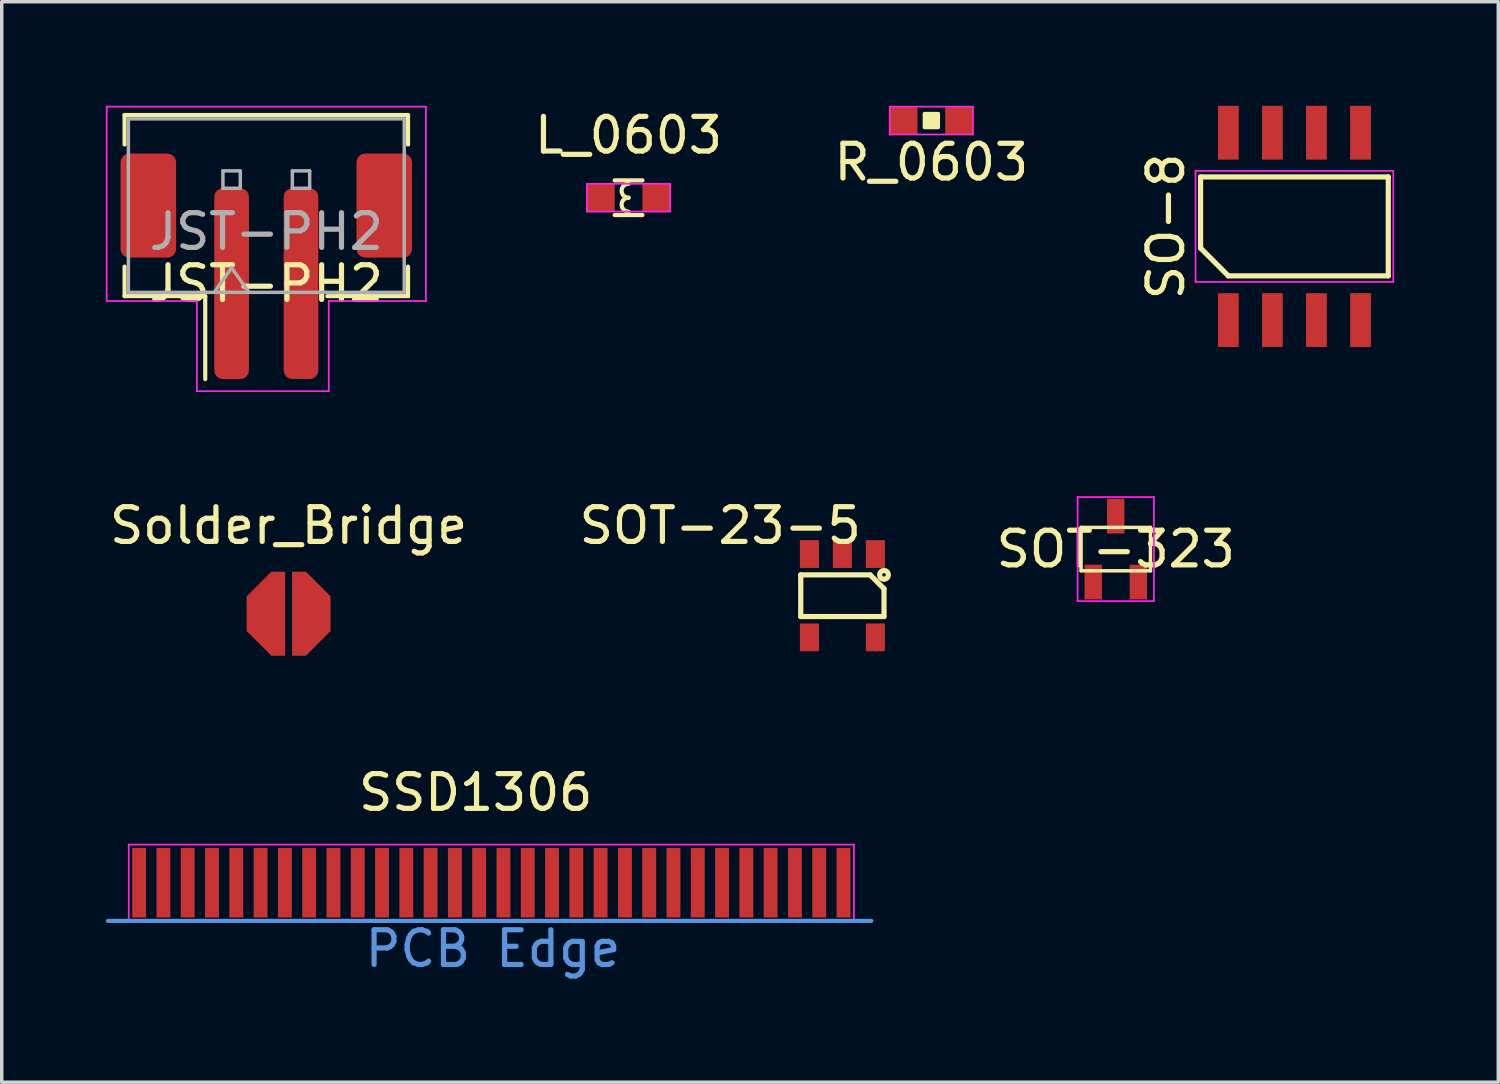
<source format=kicad_pcb>
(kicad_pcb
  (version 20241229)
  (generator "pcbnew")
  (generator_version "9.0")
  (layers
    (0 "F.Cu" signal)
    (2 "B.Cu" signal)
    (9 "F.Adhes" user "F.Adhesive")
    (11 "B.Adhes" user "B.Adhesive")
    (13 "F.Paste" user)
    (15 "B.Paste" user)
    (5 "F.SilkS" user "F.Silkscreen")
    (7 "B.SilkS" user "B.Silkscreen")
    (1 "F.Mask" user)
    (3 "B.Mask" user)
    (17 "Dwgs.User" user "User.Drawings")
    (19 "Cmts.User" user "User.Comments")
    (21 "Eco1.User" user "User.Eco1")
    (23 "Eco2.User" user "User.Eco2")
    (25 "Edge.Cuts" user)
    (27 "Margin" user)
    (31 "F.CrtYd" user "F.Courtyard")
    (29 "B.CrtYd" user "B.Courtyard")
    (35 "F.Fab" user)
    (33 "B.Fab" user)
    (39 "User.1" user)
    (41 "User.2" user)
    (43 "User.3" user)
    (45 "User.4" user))
  (footprint "Solder_Bridge"
    (layer "F.Cu")
    (at 5.268 14.638)
    (property "Reference" "Solder_Bridge" (at 0 -2.54 0) (layer "F.SilkS") (effects (font (size 1 1) (thickness 0.15))))
    (attr through_hole)
    (fp_line (start -0.051 -1.23) (end 0.051 -1.23) (stroke (width 0.15) (type solid)) (layer "F.Mask"))
    (fp_line (start -0.051 1.23) (end 0.051 1.23) (stroke (width 0.15) (type solid)) (layer "F.Mask"))
    (pad "1" smd custom (at -0.5 0) (size 0.1 0.1) (layers "F.Cu" "F.Mask" "F.Paste") (options (anchor rect)) (primitives (gr_poly (pts (xy 0.4 -1.21) (xy 0 -1.21) (xy -0.71 -0.5) (xy -0.71 0.5) (xy 0 1.21) (xy 0.4 1.21)) (width 0) (fill yes))))
    (pad "2" smd custom (at 0.5 0 180) (size 0.1 0.1) (layers "F.Cu" "F.Mask" "F.Paste") (options (anchor rect)) (primitives (gr_poly (pts (xy 0.4 -1.21) (xy 0 -1.21) (xy -0.71 -0.5) (xy -0.71 0.5) (xy 0 1.21) (xy 0.4 1.21)) (width 0) (fill yes)))))
  (footprint "SSD1306"
    (layer "F.Cu")
    (at 11.16 22.291)
    (property "Reference" "SSD1306" (at -0.5 -2.5 0) (layer "F.SilkS") (effects (font (size 1 1) (thickness 0.15))))
    (attr through_hole)
    (fp_line (start 10.9 1.2) (end -11.1 1.2) (stroke (width 0.12) (type solid)) (layer "Cmts.User"))
    (fp_line (start -10.5 -1) (end -10.5 1.2) (stroke (width 0.05) (type solid)) (layer "F.CrtYd"))
    (fp_line (start -10.5 1.2) (end 10.4 1.2) (stroke (width 0.05) (type solid)) (layer "F.CrtYd"))
    (fp_line (start 10.4 -1) (end -10.5 -1) (stroke (width 0.05) (type solid)) (layer "F.CrtYd"))
    (fp_line (start 10.4 1.2) (end 10.4 -1) (stroke (width 0.05) (type solid)) (layer "F.CrtYd"))
    (fp_text user "PCB Edge" (at 0 2 0) (layer "Cmts.User") (effects (font (size 1 1) (thickness 0.15))))
    (pad "1" smd rect (at -10.2 0.1) (size 0.4 2) (layers "F.Cu" "F.Mask" "F.Paste"))
    (pad "2" smd rect (at -9.5 0.1) (size 0.4 2) (layers "F.Cu" "F.Mask" "F.Paste"))
    (pad "3" smd rect (at -8.8 0.1) (size 0.4 2) (layers "F.Cu" "F.Mask" "F.Paste"))
    (pad "4" smd rect (at -8.1 0.1) (size 0.4 2) (layers "F.Cu" "F.Mask" "F.Paste"))
    (pad "5" smd rect (at -7.4 0.1) (size 0.4 2) (layers "F.Cu" "F.Mask" "F.Paste"))
    (pad "6" smd rect (at -6.7 0.1) (size 0.4 2) (layers "F.Cu" "F.Mask" "F.Paste"))
    (pad "7" smd rect (at -6 0.1) (size 0.4 2) (layers "F.Cu" "F.Mask" "F.Paste"))
    (pad "8" smd rect (at -5.3 0.1) (size 0.4 2) (layers "F.Cu" "F.Mask" "F.Paste"))
    (pad "9" smd rect (at -4.6 0.1) (size 0.4 2) (layers "F.Cu" "F.Mask" "F.Paste"))
    (pad "10" smd rect (at -3.9 0.1) (size 0.4 2) (layers "F.Cu" "F.Mask" "F.Paste"))
    (pad "11" smd rect (at -3.2 0.1) (size 0.4 2) (layers "F.Cu" "F.Mask" "F.Paste"))
    (pad "12" smd rect (at -2.5 0.1) (size 0.4 2) (layers "F.Cu" "F.Mask" "F.Paste"))
    (pad "13" smd rect (at -1.8 0.1) (size 0.4 2) (layers "F.Cu" "F.Mask" "F.Paste"))
    (pad "14" smd rect (at -1.1 0.1) (size 0.4 2) (layers "F.Cu" "F.Mask" "F.Paste"))
    (pad "15" smd rect (at -0.4 0.1) (size 0.4 2) (layers "F.Cu" "F.Mask" "F.Paste"))
    (pad "16" smd rect (at 0.3 0.1) (size 0.4 2) (layers "F.Cu" "F.Mask" "F.Paste"))
    (pad "17" smd rect (at 1 0.1) (size 0.4 2) (layers "F.Cu" "F.Mask" "F.Paste"))
    (pad "18" smd rect (at 1.7 0.1) (size 0.4 2) (layers "F.Cu" "F.Mask" "F.Paste"))
    (pad "19" smd rect (at 2.4 0.1) (size 0.4 2) (layers "F.Cu" "F.Mask" "F.Paste"))
    (pad "20" smd rect (at 3.1 0.1) (size 0.4 2) (layers "F.Cu" "F.Mask" "F.Paste"))
    (pad "21" smd rect (at 3.8 0.1) (size 0.4 2) (layers "F.Cu" "F.Mask" "F.Paste"))
    (pad "22" smd rect (at 4.5 0.1) (size 0.4 2) (layers "F.Cu" "F.Mask" "F.Paste"))
    (pad "23" smd rect (at 5.2 0.1) (size 0.4 2) (layers "F.Cu" "F.Mask" "F.Paste"))
    (pad "24" smd rect (at 5.9 0.1) (size 0.4 2) (layers "F.Cu" "F.Mask" "F.Paste"))
    (pad "25" smd rect (at 6.6 0.1) (size 0.4 2) (layers "F.Cu" "F.Mask" "F.Paste"))
    (pad "26" smd rect (at 7.3 0.1) (size 0.4 2) (layers "F.Cu" "F.Mask" "F.Paste"))
    (pad "27" smd rect (at 8 0.1) (size 0.4 2) (layers "F.Cu" "F.Mask" "F.Paste"))
    (pad "28" smd rect (at 8.7 0.1) (size 0.4 2) (layers "F.Cu" "F.Mask" "F.Paste"))
    (pad "29" smd rect (at 9.4 0.1) (size 0.4 2) (layers "F.Cu" "F.Mask" "F.Paste"))
    (pad "30" smd rect (at 10.1 0.1) (size 0.4 2) (layers "F.Cu" "F.Mask" "F.Paste")))
  (footprint "SOT-323"
    (layer "F.Cu")
    (at 29.107 12.775)
    (property "Reference" "SOT-323" (at 0 0 0) (layer "F.SilkS") (effects (font (size 1 1) (thickness 0.15))))
    (attr through_hole)
    (fp_line (start -1 -0.625) (end 1 -0.625) (stroke (width 0.1) (type solid)) (layer "F.SilkS"))
    (fp_line (start -1 0.625) (end -1 -0.625) (stroke (width 0.1) (type solid)) (layer "F.SilkS"))
    (fp_line (start 1 -0.625) (end 1 0.625) (stroke (width 0.1) (type solid)) (layer "F.SilkS"))
    (fp_line (start 1 0.625) (end -1 0.625) (stroke (width 0.1) (type solid)) (layer "F.SilkS"))
    (fp_line (start -1.1 1.5) (end -1.1 -1.5) (stroke (width 0.05) (type solid)) (layer "F.CrtYd"))
    (fp_line (start -1.1 1.5) (end 1.1 1.5) (stroke (width 0.05) (type solid)) (layer "F.CrtYd"))
    (fp_line (start 1.1 -1.5) (end -1.1 -1.5) (stroke (width 0.05) (type solid)) (layer "F.CrtYd"))
    (fp_line (start 1.1 1.5) (end 1.1 -1.5) (stroke (width 0.05) (type solid)) (layer "F.CrtYd"))
    (pad "1" smd rect (at -0.65 0.95) (size 0.5 1) (layers "F.Cu" "F.Mask" "F.Paste"))
    (pad "2" smd rect (at 0.65 0.95) (size 0.5 1) (layers "F.Cu" "F.Mask" "F.Paste"))
    (pad "3" smd rect (at 0 -0.95) (size 0.5 1) (layers "F.Cu" "F.Mask" "F.Paste")))
  (footprint "SOT-23-5"
    (layer "F.Cu")
    (at 21.228 14.118)
    (property "Reference" "SOT-23-5" (at -3.52 -2.02 0) (layer "F.SilkS") (effects (font (size 1 1) (thickness 0.15))))
    (attr through_hole)
    (fp_line (start -1.2 -0.6) (end 0.8 -0.6) (stroke (width 0.15) (type solid)) (layer "F.SilkS"))
    (fp_line (start -1.2 0.6) (end -1.2 -0.6) (stroke (width 0.15) (type solid)) (layer "F.SilkS"))
    (fp_line (start 0.8 -0.6) (end 1.2 -0.2) (stroke (width 0.15) (type solid)) (layer "F.SilkS"))
    (fp_line (start 1.2 -0.2) (end 1.2 0.6) (stroke (width 0.15) (type solid)) (layer "F.SilkS"))
    (fp_line (start 1.2 0.6) (end -1.2 0.6) (stroke (width 0.15) (type solid)) (layer "F.SilkS"))
    (fp_circle (center 1.2 -0.6) (end 1.25 -0.6) (stroke (width 0.15) (type solid)) (fill no) (layer "F.SilkS"))
    (pad "1" smd rect (at 0.95 -1.2 180) (size 0.55 0.8) (layers "F.Cu" "F.Mask" "F.Paste"))
    (pad "2" smd rect (at 0 -1.2 180) (size 0.55 0.8) (layers "F.Cu" "F.Mask" "F.Paste"))
    (pad "3" smd rect (at -0.95 -1.2) (size 0.55 0.8) (layers "F.Cu" "F.Mask" "F.Paste"))
    (pad "4" smd rect (at -0.95 1.2) (size 0.55 0.8) (layers "F.Cu" "F.Mask" "F.Paste"))
    (pad "5" smd rect (at 0.95 1.2) (size 0.55 0.8) (layers "F.Cu" "F.Mask" "F.Paste")))
  (footprint "R_0603"
    (layer "F.Cu")
    (at 23.792 0.425)
    (property "Reference" "R_0603" (at 0 1.2 0) (layer "F.SilkS") (effects (font (size 1 1) (thickness 0.15))))
    (attr through_hole)
    (fp_poly (pts (xy -0.2 -0.2) (xy 0.2 -0.2) (xy 0.2 0.2) (xy -0.2 0.2)) (stroke (width 0.1) (type solid)) (fill yes) (layer "F.SilkS"))
    (fp_line (start -1.2 -0.4) (end 1.2 -0.4) (stroke (width 0.05) (type solid)) (layer "F.CrtYd"))
    (fp_line (start -1.2 0.4) (end -1.2 -0.4) (stroke (width 0.05) (type solid)) (layer "F.CrtYd"))
    (fp_line (start 1.2 -0.4) (end 1.2 0.4) (stroke (width 0.05) (type solid)) (layer "F.CrtYd"))
    (fp_line (start 1.2 0.4) (end -1.2 0.4) (stroke (width 0.05) (type solid)) (layer "F.CrtYd"))
    (pad "1" smd rect (at -0.8 0) (size 0.8 0.8) (layers "F.Cu" "F.Mask" "F.Paste"))
    (pad "2" smd rect (at 0.8 0) (size 0.8 0.8) (layers "F.Cu" "F.Mask" "F.Paste")))
  (footprint "JST-PH2"
    (layer "F.Cu")
    (at 4.625 4.625)
    (property "Reference" "JST-PH2" (at 0 0.5 0) (layer "F.SilkS") (effects (font (size 1 1) (thickness 0.15))))
    (attr through_hole)
    (fp_line (start -4.085 -4.36) (end 4.085 -4.36) (stroke (width 0.12) (type solid)) (layer "F.SilkS"))
    (fp_line (start -4.085 -3.51) (end -4.085 -4.36) (stroke (width 0.12) (type solid)) (layer "F.SilkS"))
    (fp_line (start -4.085 0.01) (end -4.085 0.86) (stroke (width 0.12) (type solid)) (layer "F.SilkS"))
    (fp_line (start -4.085 0.86) (end -1.76 0.86) (stroke (width 0.12) (type solid)) (layer "F.SilkS"))
    (fp_line (start -1.76 0.86) (end -1.76 3.25) (stroke (width 0.12) (type solid)) (layer "F.SilkS"))
    (fp_line (start 4.085 -4.36) (end 4.085 -3.51) (stroke (width 0.12) (type solid)) (layer "F.SilkS"))
    (fp_line (start 4.085 0.01) (end 4.085 0.86) (stroke (width 0.12) (type solid)) (layer "F.SilkS"))
    (fp_line (start 4.085 0.86) (end 1.76 0.86) (stroke (width 0.12) (type solid)) (layer "F.SilkS"))
    (fp_line (start -4.6 -4.6) (end 4.6 -4.6) (stroke (width 0.05) (type solid)) (layer "F.CrtYd"))
    (fp_line (start -4.6 1) (end -4.6 -4.6) (stroke (width 0.05) (type solid)) (layer "F.CrtYd"))
    (fp_line (start -2 1) (end -4.6 1) (stroke (width 0.05) (type solid)) (layer "F.CrtYd"))
    (fp_line (start -2 3.6) (end -2 1) (stroke (width 0.05) (type solid)) (layer "F.CrtYd"))
    (fp_line (start 1.8 1) (end 1.8 3.6) (stroke (width 0.05) (type solid)) (layer "F.CrtYd"))
    (fp_line (start 1.8 3.6) (end -2 3.6) (stroke (width 0.05) (type solid)) (layer "F.CrtYd"))
    (fp_line (start 4.6 -4.6) (end 4.6 1) (stroke (width 0.05) (type solid)) (layer "F.CrtYd"))
    (fp_line (start 4.6 1) (end 1.8 1) (stroke (width 0.05) (type solid)) (layer "F.CrtYd"))
    (fp_line (start -3.975 -4.25) (end 3.975 -4.25) (stroke (width 0.1) (type solid)) (layer "F.Fab"))
    (fp_line (start -3.975 0.75) (end -3.975 -4.25) (stroke (width 0.1) (type solid)) (layer "F.Fab"))
    (fp_line (start -3.975 0.75) (end 3.975 0.75) (stroke (width 0.1) (type solid)) (layer "F.Fab"))
    (fp_line (start -1.5 0.75) (end -1 0.043) (stroke (width 0.1) (type solid)) (layer "F.Fab"))
    (fp_line (start -1.25 -2.75) (end -1.25 -2.25) (stroke (width 0.1) (type solid)) (layer "F.Fab"))
    (fp_line (start -1.25 -2.25) (end -0.75 -2.25) (stroke (width 0.1) (type solid)) (layer "F.Fab"))
    (fp_line (start -1 0.043) (end -0.5 0.75) (stroke (width 0.1) (type solid)) (layer "F.Fab"))
    (fp_line (start -0.75 -2.75) (end -1.25 -2.75) (stroke (width 0.1) (type solid)) (layer "F.Fab"))
    (fp_line (start -0.75 -2.25) (end -0.75 -2.75) (stroke (width 0.1) (type solid)) (layer "F.Fab"))
    (fp_line (start 0.75 -2.75) (end 0.75 -2.25) (stroke (width 0.1) (type solid)) (layer "F.Fab"))
    (fp_line (start 0.75 -2.25) (end 1.25 -2.25) (stroke (width 0.1) (type solid)) (layer "F.Fab"))
    (fp_line (start 1.25 -2.75) (end 0.75 -2.75) (stroke (width 0.1) (type solid)) (layer "F.Fab"))
    (fp_line (start 1.25 -2.25) (end 1.25 -2.75) (stroke (width 0.1) (type solid)) (layer "F.Fab"))
    (fp_line (start 3.975 0.75) (end 3.975 -4.25) (stroke (width 0.1) (type solid)) (layer "F.Fab"))
    (fp_text user "${REFERENCE}" (at 0 -1 0) (layer "F.Fab") (effects (font (size 1 1) (thickness 0.15))))
    (pad "1" smd roundrect (at -1 0.5) (size 1 5.5) (layers "F.Cu" "F.Mask" "F.Paste") (roundrect_rratio 0.25))
    (pad "2" smd roundrect (at 1 0.5) (size 1 5.5) (layers "F.Cu" "F.Mask" "F.Paste") (roundrect_rratio 0.25))
    (pad "MP" smd roundrect (at -3.4 -1.75) (size 1.6 3) (layers "F.Cu" "F.Mask" "F.Paste") (roundrect_rratio 0.156))
    (pad "MP" smd roundrect (at 3.4 -1.75) (size 1.6 3) (layers "F.Cu" "F.Mask" "F.Paste") (roundrect_rratio 0.156)))
  (footprint "L_0603"
    (layer "F.Cu")
    (at 15.065 2.648)
    (property "Reference" "L_0603" (at 0 -1.8 0) (layer "F.SilkS") (effects (font (size 1 1) (thickness 0.15))))
    (attr through_hole)
    (fp_line (start -0.4 -0.5) (end 0.4 -0.5) (stroke (width 0.12) (type solid)) (layer "F.SilkS"))
    (fp_line (start -0.4 0.5) (end 0.4 0.5) (stroke (width 0.12) (type solid)) (layer "F.SilkS"))
    (fp_arc (start 0 0) (mid -0.2 -0.2) (end 0 -0.4) (stroke (width 0.12) (type solid)) (layer "F.SilkS"))
    (fp_arc (start 0 0.4) (mid -0.2 0.2) (end 0 0) (stroke (width 0.12) (type solid)) (layer "F.SilkS"))
    (fp_line (start -1.2 -0.4) (end 1.2 -0.4) (stroke (width 0.05) (type solid)) (layer "F.CrtYd"))
    (fp_line (start -1.2 0.4) (end -1.2 -0.4) (stroke (width 0.05) (type solid)) (layer "F.CrtYd"))
    (fp_line (start 1.2 -0.4) (end 1.2 0.4) (stroke (width 0.05) (type solid)) (layer "F.CrtYd"))
    (fp_line (start 1.2 0.4) (end -1.2 0.4) (stroke (width 0.05) (type solid)) (layer "F.CrtYd"))
    (pad "1" smd rect (at -0.8 0) (size 0.8 0.8) (layers "F.Cu" "F.Mask" "F.Paste"))
    (pad "2" smd rect (at 0.8 0) (size 0.8 0.8) (layers "F.Cu" "F.Mask" "F.Paste")))
  (footprint "SO-8"
    (layer "F.Cu")
    (at 34.256 3.475)
    (property "Reference" "SO-8" (at -3.705 0 90) (layer "F.SilkS") (effects (font (size 1 1) (thickness 0.15))))
    (attr smd)
    (fp_line (start -2.705 -1.425) (end 2.705 -1.425) (stroke (width 0.15) (type solid)) (layer "F.SilkS"))
    (fp_line (start -2.705 0.625) (end -2.705 -1.425) (stroke (width 0.15) (type solid)) (layer "F.SilkS"))
    (fp_line (start -1.905 1.425) (end -2.705 0.625) (stroke (width 0.15) (type solid)) (layer "F.SilkS"))
    (fp_line (start 2.705 -1.425) (end 2.705 1.425) (stroke (width 0.15) (type solid)) (layer "F.SilkS"))
    (fp_line (start 2.705 1.425) (end -1.905 1.425) (stroke (width 0.15) (type solid)) (layer "F.SilkS"))
    (fp_line (start -2.85 -1.6) (end 2.85 -1.6) (stroke (width 0.05) (type solid)) (layer "F.CrtYd"))
    (fp_line (start -2.85 1.6) (end -2.85 -1.6) (stroke (width 0.05) (type solid)) (layer "F.CrtYd"))
    (fp_line (start 2.85 -1.6) (end 2.85 1.6) (stroke (width 0.05) (type solid)) (layer "F.CrtYd"))
    (fp_line (start 2.85 1.6) (end -2.85 1.6) (stroke (width 0.05) (type solid)) (layer "F.CrtYd"))
    (pad "1" smd rect (at -1.905 2.7) (size 0.6 1.55) (layers "F.Cu" "F.Mask" "F.Paste"))
    (pad "2" smd rect (at -0.635 2.7) (size 0.6 1.55) (layers "F.Cu" "F.Mask" "F.Paste"))
    (pad "3" smd rect (at 0.635 2.7) (size 0.6 1.55) (layers "F.Cu" "F.Mask" "F.Paste"))
    (pad "4" smd rect (at 1.905 2.7) (size 0.6 1.55) (layers "F.Cu" "F.Mask" "F.Paste"))
    (pad "5" smd rect (at 1.905 -2.7) (size 0.6 1.55) (layers "F.Cu" "F.Mask" "F.Paste"))
    (pad "6" smd rect (at 0.635 -2.7) (size 0.6 1.55) (layers "F.Cu" "F.Mask" "F.Paste"))
    (pad "7" smd rect (at -0.635 -2.7) (size 0.6 1.55) (layers "F.Cu" "F.Mask" "F.Paste"))
    (pad "8" smd rect (at -1.905 -2.7) (size 0.6 1.55) (layers "F.Cu" "F.Mask" "F.Paste")))
  (gr_rect
    (start -3 -3)
    (end 40.131 28.14)
    (stroke (width 0.1) (type default))
    (fill no)
    (layer "Edge.Cuts")))
</source>
